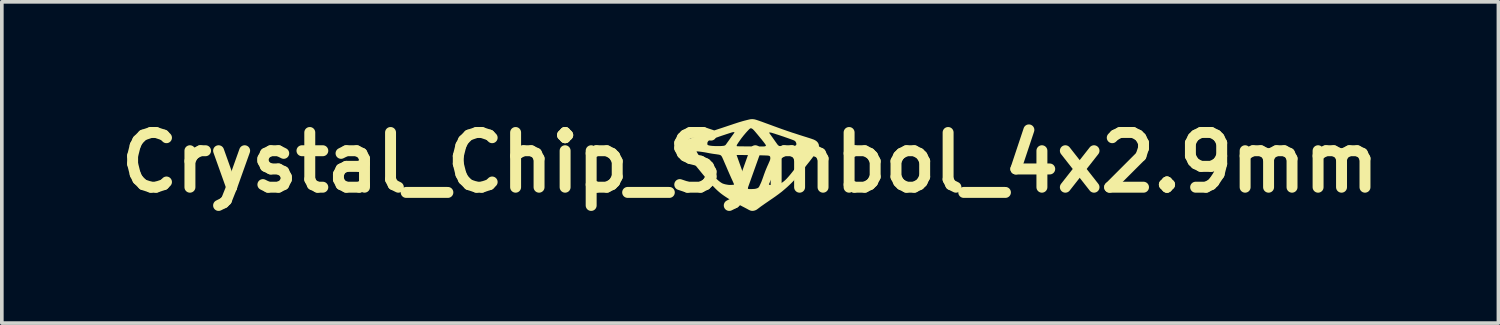
<source format=kicad_pcb>
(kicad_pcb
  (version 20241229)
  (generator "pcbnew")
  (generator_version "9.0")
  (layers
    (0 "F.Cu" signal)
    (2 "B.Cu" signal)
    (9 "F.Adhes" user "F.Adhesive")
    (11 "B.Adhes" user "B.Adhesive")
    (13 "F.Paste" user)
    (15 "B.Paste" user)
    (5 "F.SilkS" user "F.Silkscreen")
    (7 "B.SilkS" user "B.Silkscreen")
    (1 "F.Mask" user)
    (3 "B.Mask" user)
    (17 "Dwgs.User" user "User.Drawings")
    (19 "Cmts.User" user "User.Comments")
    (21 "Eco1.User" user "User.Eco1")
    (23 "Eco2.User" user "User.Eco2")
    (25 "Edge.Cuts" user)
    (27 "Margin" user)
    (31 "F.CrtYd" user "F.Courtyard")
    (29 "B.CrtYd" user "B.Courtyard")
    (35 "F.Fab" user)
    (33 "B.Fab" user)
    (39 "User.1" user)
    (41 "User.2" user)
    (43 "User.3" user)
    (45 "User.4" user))
  (footprint "Crystal_Chip_Symbol_4x2.9mm"
    (layer "F.Cu")
    (at 17.514 1.404)
    (property "Reference" "Crystal_Chip_Symbol_4x2.9mm" (at 0 0 0) (layer "F.SilkS") (effects (font (size 1.5 1.5) (thickness 0.3))))
    (attr board_only exclude_from_pos_files exclude_from_bom)
    (fp_poly (pts (xy 0.067 -1.188) (xy 0.077 -1.187) (xy 0.086 -1.187) (xy 0.097 -1.185) (xy 0.107 -1.184) (xy 0.119 -1.182) (xy 0.132 -1.179) (xy 0.147 -1.175) (xy 0.163 -1.17) (xy 0.181 -1.165) (xy 0.202 -1.158) (xy 0.225 -1.15) (xy 0.252 -1.141) (xy 0.282 -1.13) (xy 0.315 -1.119) (xy 0.352 -1.105) (xy 0.393 -1.09) (xy 0.439 -1.073) (xy 0.489 -1.055) (xy 0.516 -1.045) (xy 0.582 -1.021) (xy 0.643 -0.998) (xy 0.699 -0.978) (xy 0.753 -0.958) (xy 0.803 -0.94) (xy 0.85 -0.923) (xy 0.895 -0.907) (xy 0.939 -0.892) (xy 0.982 -0.877) (xy 1.024 -0.862) (xy 1.066 -0.848) (xy 1.108 -0.834) (xy 1.151 -0.819) (xy 1.196 -0.805) (xy 1.243 -0.79) (xy 1.292 -0.774) (xy 1.344 -0.757) (xy 1.4 -0.739) (xy 1.46 -0.72) (xy 1.511 -0.704) (xy 1.551 -0.692) (xy 1.586 -0.68) (xy 1.617 -0.671) (xy 1.643 -0.662) (xy 1.666 -0.655) (xy 1.686 -0.648) (xy 1.702 -0.642) (xy 1.717 -0.637) (xy 1.729 -0.633) (xy 1.739 -0.629) (xy 1.749 -0.625) (xy 1.757 -0.621) (xy 1.764 -0.618) (xy 1.797 -0.6) (xy 1.824 -0.58) (xy 1.847 -0.557) (xy 1.865 -0.531) (xy 1.879 -0.502) (xy 1.88 -0.498) (xy 1.885 -0.477) (xy 1.887 -0.454) (xy 1.885 -0.43) (xy 1.881 -0.409) (xy 1.876 -0.393) (xy 1.869 -0.375) (xy 1.859 -0.356) (xy 1.848 -0.334) (xy 1.833 -0.31) (xy 1.817 -0.283) (xy 1.797 -0.254) (xy 1.775 -0.222) (xy 1.749 -0.186) (xy 1.721 -0.148) (xy 1.689 -0.105) (xy 1.653 -0.059) (xy 1.648 -0.051) (xy 1.638 -0.038) (xy 1.625 -0.022) (xy 1.61 -0.003) (xy 1.593 0.018) (xy 1.574 0.042) (xy 1.553 0.068) (xy 1.532 0.095) (xy 1.509 0.124) (xy 1.486 0.153) (xy 1.462 0.182) (xy 1.439 0.211) (xy 1.416 0.24) (xy 1.393 0.268) (xy 1.372 0.295) (xy 1.351 0.32) (xy 1.333 0.343) (xy 1.316 0.364) (xy 1.301 0.382) (xy 1.289 0.397) (xy 1.279 0.408) (xy 1.273 0.415) (xy 1.272 0.416) (xy 1.227 0.466) (xy 1.179 0.517) (xy 1.127 0.57) (xy 1.073 0.622) (xy 1.018 0.673) (xy 0.962 0.722) (xy 0.907 0.769) (xy 0.865 0.804) (xy 0.844 0.82) (xy 0.823 0.836) (xy 0.801 0.853) (xy 0.779 0.87) (xy 0.755 0.887) (xy 0.73 0.905) (xy 0.703 0.925) (xy 0.673 0.946) (xy 0.64 0.969) (xy 0.604 0.994) (xy 0.564 1.021) (xy 0.52 1.051) (xy 0.51 1.058) (xy 0.473 1.084) (xy 0.44 1.106) (xy 0.411 1.126) (xy 0.385 1.144) (xy 0.362 1.161) (xy 0.34 1.176) (xy 0.321 1.189) (xy 0.303 1.202) (xy 0.286 1.214) (xy 0.27 1.227) (xy 0.253 1.239) (xy 0.237 1.252) (xy 0.22 1.264) (xy 0.207 1.274) (xy 0.193 1.284) (xy 0.18 1.293) (xy 0.17 1.299) (xy 0.166 1.301) (xy 0.137 1.314) (xy 0.108 1.322) (xy 0.078 1.327) (xy 0.049 1.327) (xy 0.023 1.323) (xy 0.021 1.322) (xy 0.002 1.316) (xy -0.021 1.306) (xy -0.047 1.293) (xy -0.071 1.279) (xy -0.079 1.275) (xy -0.092 1.268) (xy -0.108 1.259) (xy -0.128 1.249) (xy -0.149 1.238) (xy -0.171 1.226) (xy -0.195 1.214) (xy -0.201 1.211) (xy -0.247 1.187) (xy -0.29 1.165) (xy -0.329 1.144) (xy -0.365 1.125) (xy -0.399 1.106) (xy -0.432 1.088) (xy -0.464 1.07) (xy -0.496 1.051) (xy -0.528 1.031) (xy -0.562 1.011) (xy -0.584 0.998) (xy -0.632 0.968) (xy -0.676 0.939) (xy -0.716 0.912) (xy -0.754 0.885) (xy -0.789 0.859) (xy -0.822 0.833) (xy -0.855 0.805) (xy -0.887 0.777) (xy -0.92 0.746) (xy -0.943 0.724) (xy -0.962 0.705) (xy -0.98 0.686) (xy -1 0.666) (xy -1.019 0.645) (xy -1.04 0.624) (xy -1.061 0.6) (xy -1.083 0.576) (xy -1.106 0.549) (xy -1.131 0.521) (xy -1.157 0.491) (xy -1.185 0.458) (xy -1.214 0.423) (xy -1.246 0.386) (xy -1.28 0.345) (xy -1.316 0.301) (xy -1.354 0.255) (xy -1.395 0.204) (xy -1.439 0.151) (xy -1.486 0.093) (xy -1.535 0.031) (xy -1.581 -0.025) (xy -1.605 -0.054) (xy -1.629 -0.084) (xy -1.653 -0.114) (xy -1.676 -0.142) (xy -1.698 -0.17) (xy -1.719 -0.195) (xy -1.738 -0.218) (xy -1.754 -0.239) (xy -1.768 -0.256) (xy -1.779 -0.27) (xy -1.781 -0.272) (xy -1.796 -0.29) (xy -1.806 -0.303) (xy -1.469 -0.303) (xy -1.467 -0.298) (xy -1.463 -0.29) (xy -1.457 -0.277) (xy -1.448 -0.262) (xy -1.437 -0.244) (xy -1.425 -0.224) (xy -1.412 -0.202) (xy -1.398 -0.179) (xy -1.383 -0.155) (xy -1.368 -0.132) (xy -1.353 -0.109) (xy -1.339 -0.086) (xy -1.325 -0.065) (xy -1.312 -0.046) (xy -1.308 -0.041) (xy -1.292 -0.017) (xy -1.272 0.01) (xy -1.25 0.04) (xy -1.225 0.073) (xy -1.199 0.107) (xy -1.173 0.143) (xy -1.145 0.178) (xy -1.118 0.214) (xy -1.091 0.249) (xy -1.064 0.282) (xy -1.04 0.313) (xy -1.017 0.341) (xy -0.997 0.365) (xy -0.985 0.379) (xy -0.948 0.421) (xy -0.911 0.459) (xy -0.874 0.493) (xy -0.838 0.522) (xy -0.804 0.547) (xy -0.77 0.568) (xy -0.754 0.576) (xy -0.729 0.585) (xy -0.7 0.594) (xy -0.666 0.602) (xy -0.627 0.609) (xy -0.584 0.615) (xy -0.575 0.616) (xy -0.561 0.616) (xy -0.546 0.616) (xy -0.528 0.616) (xy -0.51 0.615) (xy -0.493 0.614) (xy -0.478 0.613) (xy -0.465 0.612) (xy -0.457 0.611) (xy -0.456 0.611) (xy -0.447 0.608) (xy -0.441 0.604) (xy -0.44 0.603) (xy -0.441 0.599) (xy -0.443 0.592) (xy -0.447 0.582) (xy -0.453 0.568) (xy -0.461 0.55) (xy -0.471 0.527) (xy -0.483 0.5) (xy -0.492 0.48) (xy -0.502 0.459) (xy -0.512 0.437) (xy -0.522 0.415) (xy -0.532 0.392) (xy -0.543 0.367) (xy -0.555 0.34) (xy -0.568 0.311) (xy -0.582 0.278) (xy -0.598 0.242) (xy -0.615 0.203) (xy -0.634 0.158) (xy -0.641 0.142) (xy -0.66 0.097) (xy -0.678 0.057) (xy -0.693 0.022) (xy -0.707 -0.01) (xy -0.719 -0.038) (xy -0.729 -0.062) (xy -0.738 -0.082) (xy -0.746 -0.1) (xy -0.753 -0.115) (xy -0.758 -0.127) (xy -0.763 -0.137) (xy -0.767 -0.146) (xy -0.771 -0.152) (xy -0.774 -0.158) (xy -0.776 -0.162) (xy -0.776 -0.162) (xy -0.5 -0.162) (xy -0.5 -0.156) (xy -0.498 -0.147) (xy -0.497 -0.145) (xy -0.495 -0.139) (xy -0.493 -0.131) (xy -0.49 -0.122) (xy -0.486 -0.111) (xy -0.481 -0.097) (xy -0.475 -0.081) (xy -0.467 -0.062) (xy -0.458 -0.039) (xy -0.448 -0.013) (xy -0.435 0.018) (xy -0.421 0.053) (xy -0.408 0.086) (xy -0.381 0.153) (xy -0.356 0.214) (xy -0.332 0.271) (xy -0.311 0.323) (xy -0.291 0.371) (xy -0.273 0.414) (xy -0.257 0.453) (xy -0.242 0.488) (xy -0.228 0.519) (xy -0.216 0.547) (xy -0.205 0.571) (xy -0.195 0.592) (xy -0.187 0.609) (xy -0.179 0.624) (xy -0.173 0.636) (xy -0.167 0.645) (xy -0.166 0.646) (xy -0.157 0.659) (xy -0.145 0.672) (xy -0.131 0.685) (xy -0.118 0.697) (xy -0.105 0.706) (xy -0.096 0.712) (xy -0.084 0.716) (xy -0.068 0.721) (xy -0.051 0.725) (xy -0.034 0.728) (xy -0.03 0.729) (xy -0.022 0.729) (xy -0.008 0.729) (xy 0.008 0.729) (xy 0.027 0.729) (xy 0.047 0.729) (xy 0.068 0.728) (xy 0.087 0.727) (xy 0.104 0.726) (xy 0.119 0.725) (xy 0.129 0.724) (xy 0.131 0.724) (xy 0.16 0.718) (xy 0.184 0.711) (xy 0.203 0.704) (xy 0.219 0.695) (xy 0.231 0.685) (xy 0.236 0.681) (xy 0.24 0.675) (xy 0.246 0.666) (xy 0.252 0.655) (xy 0.259 0.641) (xy 0.268 0.622) (xy 0.276 0.604) (xy 0.516 0.604) (xy 0.516 0.607) (xy 0.517 0.608) (xy 0.517 0.608) (xy 0.521 0.61) (xy 0.53 0.612) (xy 0.54 0.614) (xy 0.54 0.614) (xy 0.551 0.615) (xy 0.561 0.617) (xy 0.567 0.618) (xy 0.574 0.619) (xy 0.586 0.619) (xy 0.601 0.619) (xy 0.617 0.618) (xy 0.635 0.617) (xy 0.653 0.616) (xy 0.67 0.615) (xy 0.684 0.614) (xy 0.693 0.613) (xy 0.727 0.607) (xy 0.757 0.602) (xy 0.783 0.595) (xy 0.806 0.587) (xy 0.828 0.579) (xy 0.849 0.568) (xy 0.87 0.556) (xy 0.877 0.551) (xy 0.898 0.537) (xy 0.919 0.521) (xy 0.941 0.503) (xy 0.963 0.484) (xy 0.985 0.462) (xy 1.009 0.438) (xy 1.033 0.411) (xy 1.06 0.381) (xy 1.088 0.348) (xy 1.119 0.31) (xy 1.152 0.269) (xy 1.184 0.228) (xy 1.218 0.184) (xy 1.249 0.144) (xy 1.277 0.107) (xy 1.303 0.073) (xy 1.326 0.042) (xy 1.347 0.012) (xy 1.367 -0.015) (xy 1.385 -0.041) (xy 1.403 -0.066) (xy 1.419 -0.091) (xy 1.436 -0.116) (xy 1.45 -0.139) (xy 1.464 -0.16) (xy 1.477 -0.182) (xy 1.49 -0.204) (xy 1.503 -0.225) (xy 1.514 -0.244) (xy 1.524 -0.261) (xy 1.532 -0.276) (xy 1.538 -0.288) (xy 1.542 -0.296) (xy 1.544 -0.3) (xy 1.541 -0.301) (xy 1.534 -0.301) (xy 1.522 -0.301) (xy 1.508 -0.3) (xy 1.491 -0.299) (xy 1.473 -0.297) (xy 1.454 -0.295) (xy 1.435 -0.293) (xy 1.411 -0.29) (xy 1.387 -0.286) (xy 1.362 -0.283) (xy 1.336 -0.278) (xy 1.307 -0.273) (xy 1.275 -0.267) (xy 1.238 -0.26) (xy 1.223 -0.257) (xy 1.196 -0.252) (xy 1.175 -0.248) (xy 1.156 -0.245) (xy 1.14 -0.242) (xy 1.125 -0.239) (xy 1.111 -0.237) (xy 1.096 -0.235) (xy 1.079 -0.232) (xy 1.059 -0.23) (xy 1.035 -0.227) (xy 1.024 -0.225) (xy 0.993 -0.221) (xy 0.968 -0.218) (xy 0.946 -0.215) (xy 0.929 -0.211) (xy 0.915 -0.208) (xy 0.903 -0.205) (xy 0.894 -0.202) (xy 0.887 -0.198) (xy 0.88 -0.193) (xy 0.875 -0.188) (xy 0.873 -0.187) (xy 0.87 -0.183) (xy 0.866 -0.179) (xy 0.862 -0.175) (xy 0.859 -0.171) (xy 0.855 -0.166) (xy 0.852 -0.159) (xy 0.847 -0.151) (xy 0.842 -0.141) (xy 0.836 -0.129) (xy 0.83 -0.115) (xy 0.822 -0.098) (xy 0.813 -0.077) (xy 0.803 -0.054) (xy 0.791 -0.026) (xy 0.777 0.006) (xy 0.761 0.042) (xy 0.744 0.082) (xy 0.742 0.086) (xy 0.718 0.142) (xy 0.695 0.194) (xy 0.675 0.241) (xy 0.656 0.285) (xy 0.638 0.325) (xy 0.622 0.362) (xy 0.607 0.397) (xy 0.592 0.429) (xy 0.578 0.46) (xy 0.565 0.489) (xy 0.561 0.498) (xy 0.549 0.524) (xy 0.539 0.546) (xy 0.531 0.563) (xy 0.525 0.577) (xy 0.521 0.587) (xy 0.518 0.595) (xy 0.516 0.601) (xy 0.516 0.604) (xy 0.276 0.604) (xy 0.276 0.604) (xy 0.285 0.585) (xy 0.293 0.568) (xy 0.3 0.552) (xy 0.306 0.538) (xy 0.312 0.524) (xy 0.317 0.51) (xy 0.323 0.494) (xy 0.33 0.477) (xy 0.337 0.456) (xy 0.346 0.433) (xy 0.356 0.404) (xy 0.359 0.396) (xy 0.373 0.356) (xy 0.385 0.321) (xy 0.397 0.29) (xy 0.407 0.262) (xy 0.417 0.235) (xy 0.427 0.211) (xy 0.437 0.186) (xy 0.447 0.162) (xy 0.458 0.137) (xy 0.469 0.11) (xy 0.483 0.08) (xy 0.487 0.071) (xy 0.502 0.038) (xy 0.514 0.009) (xy 0.525 -0.015) (xy 0.534 -0.036) (xy 0.541 -0.053) (xy 0.547 -0.068) (xy 0.551 -0.08) (xy 0.554 -0.09) (xy 0.557 -0.099) (xy 0.558 -0.106) (xy 0.558 -0.113) (xy 0.559 -0.12) (xy 0.558 -0.127) (xy 0.558 -0.129) (xy 0.556 -0.145) (xy 0.552 -0.157) (xy 0.545 -0.167) (xy 0.534 -0.175) (xy 0.533 -0.176) (xy 0.528 -0.179) (xy 0.522 -0.182) (xy 0.515 -0.184) (xy 0.507 -0.186) (xy 0.497 -0.187) (xy 0.484 -0.189) (xy 0.468 -0.19) (xy 0.449 -0.191) (xy 0.425 -0.192) (xy 0.396 -0.193) (xy 0.382 -0.193) (xy 0.357 -0.194) (xy 0.328 -0.195) (xy 0.297 -0.196) (xy 0.262 -0.197) (xy 0.225 -0.197) (xy 0.186 -0.198) (xy 0.145 -0.199) (xy 0.103 -0.2) (xy 0.06 -0.2) (xy 0.017 -0.201) (xy -0.026 -0.202) (xy -0.069 -0.202) (xy -0.112 -0.203) (xy -0.153 -0.203) (xy -0.192 -0.204) (xy -0.23 -0.204) (xy -0.265 -0.204) (xy -0.298 -0.205) (xy -0.327 -0.205) (xy -0.353 -0.205) (xy -0.375 -0.205) (xy -0.393 -0.205) (xy -0.406 -0.205) (xy -0.414 -0.204) (xy -0.414 -0.204) (xy -0.439 -0.202) (xy -0.459 -0.198) (xy -0.474 -0.193) (xy -0.486 -0.186) (xy -0.494 -0.177) (xy -0.496 -0.173) (xy -0.499 -0.167) (xy -0.5 -0.162) (xy -0.776 -0.162) (xy -0.779 -0.166) (xy -0.781 -0.169) (xy -0.783 -0.173) (xy -0.786 -0.176) (xy -0.786 -0.176) (xy -0.792 -0.184) (xy -0.798 -0.19) (xy -0.804 -0.195) (xy -0.812 -0.2) (xy -0.821 -0.204) (xy -0.832 -0.208) (xy -0.845 -0.211) (xy -0.862 -0.215) (xy -0.882 -0.218) (xy -0.906 -0.222) (xy -0.934 -0.226) (xy -0.964 -0.23) (xy -0.995 -0.234) (xy -1.029 -0.239) (xy -1.065 -0.245) (xy -1.099 -0.251) (xy -1.13 -0.256) (xy -1.137 -0.258) (xy -1.16 -0.262) (xy -1.184 -0.267) (xy -1.207 -0.271) (xy -1.228 -0.275) (xy -1.246 -0.278) (xy -1.261 -0.281) (xy -1.262 -0.281) (xy -1.284 -0.284) (xy -1.308 -0.288) (xy -1.332 -0.291) (xy -1.355 -0.294) (xy -1.379 -0.297) (xy -1.4 -0.3) (xy -1.42 -0.301) (xy -1.438 -0.303) (xy -1.452 -0.304) (xy -1.462 -0.304) (xy -1.468 -0.304) (xy -1.469 -0.303) (xy -1.806 -0.303) (xy -1.809 -0.306) (xy -1.821 -0.322) (xy -1.832 -0.335) (xy -1.841 -0.346) (xy -1.846 -0.353) (xy -1.847 -0.354) (xy -1.861 -0.375) (xy -1.872 -0.398) (xy -1.879 -0.421) (xy -1.883 -0.443) (xy -1.882 -0.463) (xy -1.882 -0.469) (xy -1.875 -0.492) (xy -1.172 -0.492) (xy -1.162 -0.483) (xy -1.152 -0.476) (xy -1.139 -0.47) (xy -1.121 -0.466) (xy -1.099 -0.461) (xy -1.072 -0.458) (xy -1.04 -0.454) (xy -1.031 -0.454) (xy -1.001 -0.452) (xy -0.968 -0.45) (xy -0.934 -0.449) (xy -0.9 -0.449) (xy -0.866 -0.449) (xy -0.835 -0.449) (xy -0.807 -0.45) (xy -0.787 -0.451) (xy -0.76 -0.453) (xy -0.745 -0.455) (xy -0.368 -0.455) (xy -0.366 -0.45) (xy -0.362 -0.448) (xy -0.361 -0.447) (xy -0.359 -0.446) (xy -0.356 -0.446) (xy -0.352 -0.445) (xy -0.347 -0.445) (xy -0.341 -0.444) (xy -0.332 -0.444) (xy -0.321 -0.444) (xy -0.308 -0.443) (xy -0.292 -0.443) (xy -0.272 -0.443) (xy -0.25 -0.442) (xy -0.223 -0.442) (xy -0.193 -0.442) (xy -0.158 -0.441) (xy -0.119 -0.441) (xy -0.075 -0.44) (xy -0.026 -0.44) (xy -0.017 -0.44) (xy 0.044 -0.439) (xy 0.099 -0.439) (xy 0.149 -0.439) (xy 0.194 -0.438) (xy 0.234 -0.438) (xy 0.269 -0.438) (xy 0.3 -0.438) (xy 0.327 -0.439) (xy 0.35 -0.439) (xy 0.368 -0.439) (xy 0.383 -0.44) (xy 0.395 -0.441) (xy 0.403 -0.442) (xy 0.407 -0.442) (xy 0.407 -0.442) (xy 0.417 -0.447) (xy 0.426 -0.453) (xy 0.427 -0.453) (xy 0.435 -0.461) (xy 0.431 -0.473) (xy 0.427 -0.482) (xy 0.42 -0.493) (xy 0.41 -0.508) (xy 0.397 -0.526) (xy 0.381 -0.547) (xy 0.362 -0.572) (xy 0.339 -0.6) (xy 0.314 -0.633) (xy 0.284 -0.668) (xy 0.252 -0.708) (xy 0.215 -0.752) (xy 0.214 -0.754) (xy 0.188 -0.785) (xy 0.165 -0.812) (xy 0.161 -0.817) (xy 0.524 -0.817) (xy 0.524 -0.815) (xy 0.525 -0.811) (xy 0.529 -0.805) (xy 0.534 -0.796) (xy 0.542 -0.785) (xy 0.552 -0.771) (xy 0.565 -0.753) (xy 0.581 -0.731) (xy 0.583 -0.727) (xy 0.591 -0.716) (xy 0.602 -0.701) (xy 0.615 -0.683) (xy 0.629 -0.663) (xy 0.645 -0.641) (xy 0.661 -0.618) (xy 0.677 -0.595) (xy 0.683 -0.587) (xy 0.698 -0.565) (xy 0.713 -0.545) (xy 0.726 -0.526) (xy 0.738 -0.509) (xy 0.749 -0.495) (xy 0.757 -0.484) (xy 0.762 -0.477) (xy 0.764 -0.474) (xy 0.772 -0.466) (xy 0.781 -0.459) (xy 0.791 -0.454) (xy 0.804 -0.45) (xy 0.819 -0.447) (xy 0.839 -0.445) (xy 0.849 -0.444) (xy 0.879 -0.441) (xy 0.906 -0.44) (xy 0.93 -0.438) (xy 0.955 -0.438) (xy 0.979 -0.438) (xy 1.006 -0.438) (xy 1.037 -0.439) (xy 1.057 -0.44) (xy 1.101 -0.442) (xy 1.14 -0.445) (xy 1.173 -0.448) (xy 1.201 -0.452) (xy 1.223 -0.457) (xy 1.24 -0.462) (xy 1.243 -0.463) (xy 1.255 -0.471) (xy 1.264 -0.482) (xy 1.268 -0.495) (xy 1.269 -0.511) (xy 1.265 -0.529) (xy 1.259 -0.547) (xy 1.25 -0.564) (xy 1.24 -0.579) (xy 1.235 -0.583) (xy 1.231 -0.587) (xy 1.227 -0.59) (xy 1.223 -0.593) (xy 1.218 -0.596) (xy 1.212 -0.6) (xy 1.205 -0.603) (xy 1.196 -0.607) (xy 1.185 -0.612) (xy 1.172 -0.617) (xy 1.156 -0.623) (xy 1.137 -0.63) (xy 1.114 -0.638) (xy 1.087 -0.648) (xy 1.056 -0.659) (xy 1.02 -0.672) (xy 1.003 -0.678) (xy 0.976 -0.687) (xy 0.948 -0.697) (xy 0.918 -0.708) (xy 0.89 -0.717) (xy 0.863 -0.726) (xy 0.839 -0.734) (xy 0.826 -0.739) (xy 0.783 -0.753) (xy 0.746 -0.765) (xy 0.713 -0.775) (xy 0.685 -0.785) (xy 0.66 -0.793) (xy 0.639 -0.799) (xy 0.621 -0.805) (xy 0.606 -0.809) (xy 0.593 -0.813) (xy 0.582 -0.816) (xy 0.573 -0.818) (xy 0.566 -0.819) (xy 0.559 -0.821) (xy 0.554 -0.821) (xy 0.548 -0.821) (xy 0.543 -0.822) (xy 0.541 -0.822) (xy 0.531 -0.821) (xy 0.526 -0.82) (xy 0.524 -0.817) (xy 0.161 -0.817) (xy 0.145 -0.836) (xy 0.128 -0.856) (xy 0.113 -0.873) (xy 0.1 -0.887) (xy 0.088 -0.899) (xy 0.078 -0.908) (xy 0.069 -0.916) (xy 0.06 -0.922) (xy 0.052 -0.928) (xy 0.046 -0.931) (xy 0.031 -0.936) (xy 0.017 -0.937) (xy 0.003 -0.933) (xy 0.001 -0.932) (xy -0.006 -0.927) (xy -0.017 -0.918) (xy -0.03 -0.906) (xy -0.045 -0.89) (xy -0.062 -0.872) (xy -0.081 -0.852) (xy -0.101 -0.83) (xy -0.122 -0.806) (xy -0.143 -0.781) (xy -0.165 -0.755) (xy -0.186 -0.73) (xy -0.206 -0.704) (xy -0.226 -0.679) (xy -0.24 -0.661) (xy -0.25 -0.647) (xy -0.262 -0.63) (xy -0.275 -0.612) (xy -0.288 -0.593) (xy -0.302 -0.574) (xy -0.315 -0.555) (xy -0.327 -0.537) (xy -0.338 -0.52) (xy -0.347 -0.506) (xy -0.354 -0.495) (xy -0.359 -0.487) (xy -0.36 -0.485) (xy -0.364 -0.475) (xy -0.367 -0.465) (xy -0.367 -0.462) (xy -0.368 -0.455) (xy -0.745 -0.455) (xy -0.738 -0.455) (xy -0.72 -0.458) (xy -0.705 -0.462) (xy -0.694 -0.466) (xy -0.684 -0.471) (xy -0.676 -0.477) (xy -0.669 -0.485) (xy -0.666 -0.487) (xy -0.663 -0.493) (xy -0.656 -0.502) (xy -0.647 -0.514) (xy -0.636 -0.53) (xy -0.623 -0.548) (xy -0.609 -0.568) (xy -0.593 -0.589) (xy -0.578 -0.612) (xy -0.577 -0.612) (xy -0.56 -0.636) (xy -0.543 -0.661) (xy -0.526 -0.684) (xy -0.51 -0.707) (xy -0.495 -0.728) (xy -0.482 -0.746) (xy -0.471 -0.76) (xy -0.465 -0.769) (xy -0.455 -0.783) (xy -0.446 -0.796) (xy -0.438 -0.807) (xy -0.433 -0.816) (xy -0.43 -0.821) (xy -0.43 -0.821) (xy -0.429 -0.827) (xy -0.432 -0.83) (xy -0.438 -0.832) (xy -0.449 -0.832) (xy -0.459 -0.832) (xy -0.466 -0.831) (xy -0.474 -0.83) (xy -0.483 -0.828) (xy -0.494 -0.825) (xy -0.508 -0.821) (xy -0.525 -0.816) (xy -0.546 -0.809) (xy -0.561 -0.804) (xy -0.586 -0.796) (xy -0.613 -0.787) (xy -0.642 -0.778) (xy -0.669 -0.769) (xy -0.695 -0.76) (xy -0.711 -0.755) (xy -0.73 -0.749) (xy -0.753 -0.741) (xy -0.778 -0.733) (xy -0.805 -0.723) (xy -0.834 -0.714) (xy -0.864 -0.703) (xy -0.894 -0.692) (xy -0.924 -0.682) (xy -0.954 -0.671) (xy -0.983 -0.661) (xy -1.01 -0.651) (xy -1.035 -0.642) (xy -1.058 -0.633) (xy -1.077 -0.626) (xy -1.093 -0.62) (xy -1.104 -0.615) (xy -1.111 -0.612) (xy -1.111 -0.612) (xy -1.133 -0.599) (xy -1.15 -0.582) (xy -1.163 -0.562) (xy -1.164 -0.559) (xy -1.168 -0.551) (xy -1.17 -0.543) (xy -1.171 -0.533) (xy -1.172 -0.521) (xy -1.172 -0.518) (xy -1.172 -0.492) (xy -1.875 -0.492) (xy -1.875 -0.492) (xy -1.865 -0.517) (xy -1.852 -0.541) (xy -1.837 -0.562) (xy -1.826 -0.575) (xy -1.813 -0.586) (xy -1.798 -0.596) (xy -1.779 -0.607) (xy -1.756 -0.617) (xy -1.732 -0.627) (xy -1.726 -0.629) (xy -1.715 -0.633) (xy -1.699 -0.638) (xy -1.679 -0.645) (xy -1.655 -0.653) (xy -1.627 -0.662) (xy -1.595 -0.673) (xy -1.56 -0.685) (xy -1.521 -0.698) (xy -1.48 -0.711) (xy -1.437 -0.726) (xy -1.391 -0.741) (xy -1.343 -0.757) (xy -1.294 -0.774) (xy -1.243 -0.791) (xy -1.191 -0.808) (xy -1.138 -0.826) (xy -1.084 -0.844) (xy -1.03 -0.862) (xy -0.976 -0.88) (xy -0.922 -0.898) (xy -0.869 -0.916) (xy -0.816 -0.933) (xy -0.764 -0.95) (xy -0.714 -0.967) (xy -0.665 -0.983) (xy -0.618 -0.999) (xy -0.573 -1.014) (xy -0.531 -1.028) (xy -0.491 -1.041) (xy -0.454 -1.054) (xy -0.42 -1.065) (xy -0.389 -1.075) (xy -0.363 -1.084) (xy -0.34 -1.091) (xy -0.321 -1.097) (xy -0.308 -1.102) (xy -0.298 -1.104) (xy -0.297 -1.105) (xy -0.252 -1.118) (xy -0.206 -1.132) (xy -0.158 -1.145) (xy -0.111 -1.157) (xy -0.066 -1.168) (xy -0.025 -1.178) (xy -0.014 -1.18) (xy 0.005 -1.184) (xy 0.021 -1.186) (xy 0.037 -1.187) (xy 0.056 -1.188) (xy 0.057 -1.188)) (stroke (width 0) (type solid)) (fill yes) (layer "F.SilkS")))
  (gr_rect
    (start -3 -3)
    (end 38.029 5.808)
    (stroke (width 0.1) (type default))
    (fill no)
    (layer "Edge.Cuts")))
</source>
